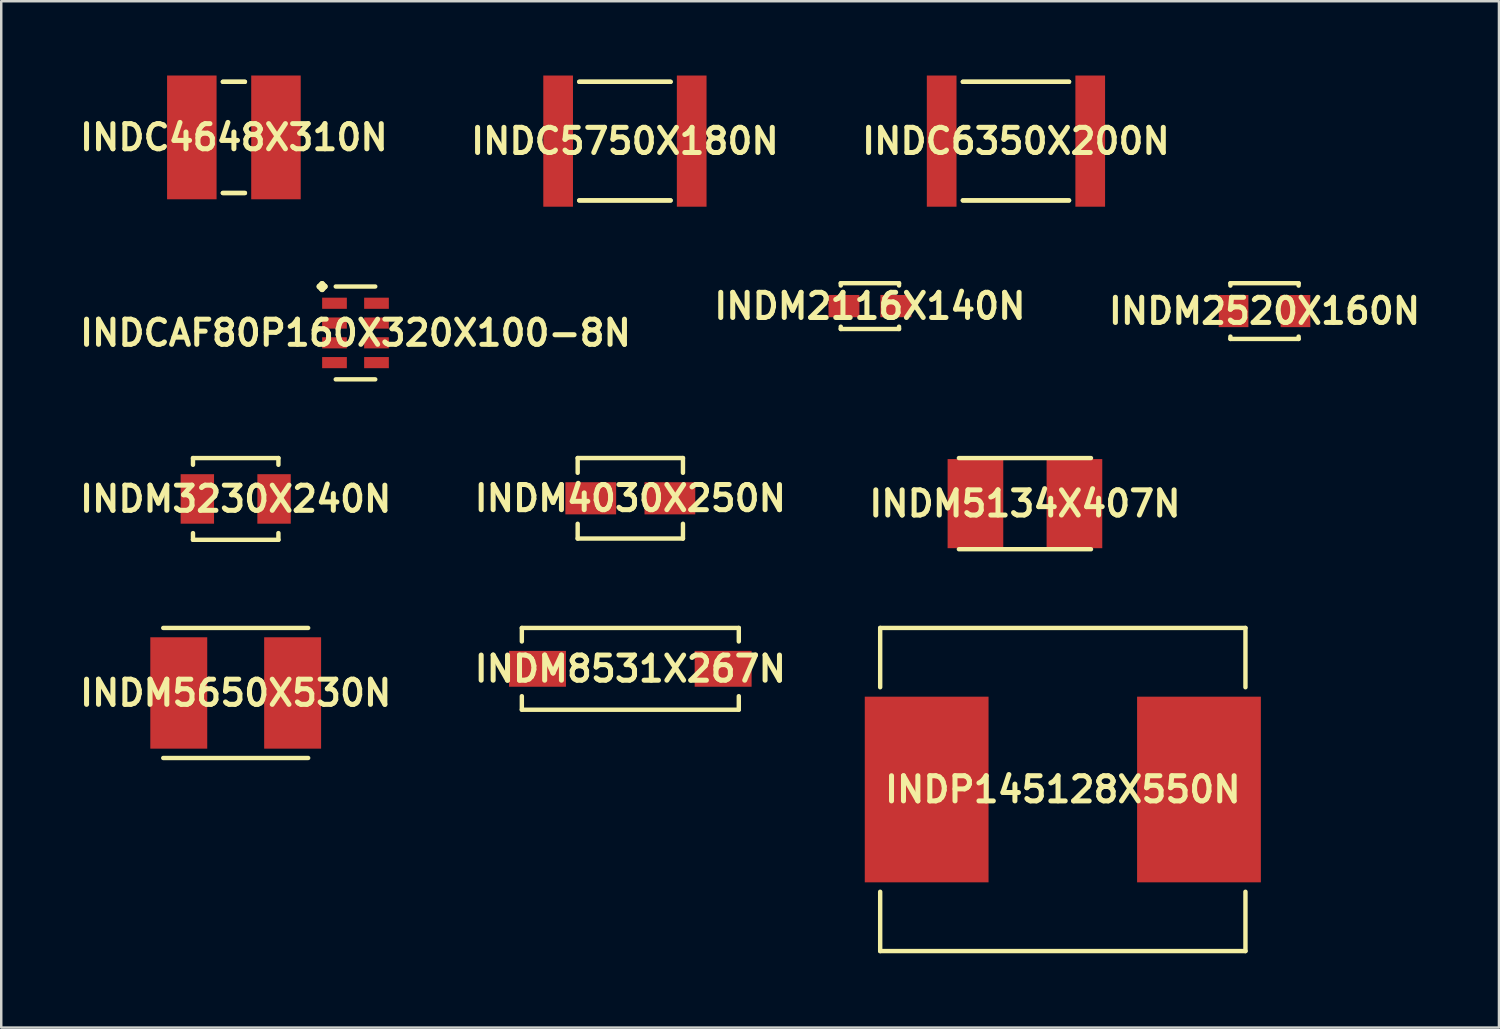
<source format=kicad_pcb>
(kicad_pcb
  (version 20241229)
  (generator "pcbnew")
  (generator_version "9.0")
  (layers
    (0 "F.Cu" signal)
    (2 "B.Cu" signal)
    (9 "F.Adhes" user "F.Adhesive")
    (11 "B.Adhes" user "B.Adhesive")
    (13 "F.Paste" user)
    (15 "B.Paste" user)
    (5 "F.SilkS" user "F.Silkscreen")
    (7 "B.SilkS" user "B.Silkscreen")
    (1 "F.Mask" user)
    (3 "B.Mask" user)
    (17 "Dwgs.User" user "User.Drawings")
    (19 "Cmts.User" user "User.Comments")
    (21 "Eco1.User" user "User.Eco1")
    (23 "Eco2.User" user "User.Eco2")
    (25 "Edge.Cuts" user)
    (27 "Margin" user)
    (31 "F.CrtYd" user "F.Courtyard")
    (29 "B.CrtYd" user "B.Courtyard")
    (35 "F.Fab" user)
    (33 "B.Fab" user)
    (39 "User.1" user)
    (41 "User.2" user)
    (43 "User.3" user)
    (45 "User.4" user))
  (footprint "INDM4030X250N"
    (layer "F.Cu")
    (at 22.406 17.074)
    (property "Reference" "INDM4030X250N" (at 0 0 0) (layer "F.SilkS") (effects (font (size 1.016 1.016) (thickness 0.203))))
    (attr smd)
    (fp_line (start -2.126 -1.626) (end 2.126 -1.626) (stroke (width 0.178) (type solid)) (layer "F.SilkS"))
    (fp_line (start -2.126 -1.029) (end -2.126 -1.626) (stroke (width 0.178) (type solid)) (layer "F.SilkS"))
    (fp_line (start -2.126 1.029) (end -2.126 1.626) (stroke (width 0.178) (type solid)) (layer "F.SilkS"))
    (fp_line (start -2.126 1.626) (end 2.126 1.626) (stroke (width 0.178) (type solid)) (layer "F.SilkS"))
    (fp_line (start 2.126 -1.626) (end 2.126 -1.029) (stroke (width 0.178) (type solid)) (layer "F.SilkS"))
    (fp_line (start 2.126 1.626) (end 2.126 1.029) (stroke (width 0.178) (type solid)) (layer "F.SilkS"))
    (pad "1" smd rect (at -1.598 0) (size 2.05 1.298) (layers "F.Cu" "F.Mask" "F.Paste"))
    (pad "2" smd rect (at 1.598 0) (size 2.05 1.298) (layers "F.Cu" "F.Mask" "F.Paste")))
  (footprint "INDC6350X200N"
    (layer "F.Cu")
    (at 37.98 2.649)
    (property "Reference" "INDC6350X200N" (at 0 0 0) (layer "F.SilkS") (effects (font (size 1.016 1.016) (thickness 0.203))))
    (attr smd)
    (fp_line (start -2.144 -2.395) (end 2.144 -2.395) (stroke (width 0.178) (type solid)) (layer "F.SilkS"))
    (fp_line (start -2.144 2.395) (end 2.144 2.395) (stroke (width 0.178) (type solid)) (layer "F.SilkS"))
    (fp_line (start 2.144 -2.395) (end -2.144 -2.395) (stroke (width 0.178) (type solid)) (layer "F.SilkS"))
    (fp_line (start 2.144 2.395) (end -2.144 2.395) (stroke (width 0.178) (type solid)) (layer "F.SilkS"))
    (pad "1" smd rect (at -3 0) (size 1.199 5.298) (layers "F.Cu" "F.Mask" "F.Paste"))
    (pad "2" smd rect (at 3 0) (size 1.199 5.298) (layers "F.Cu" "F.Mask" "F.Paste")))
  (footprint "INDC5750X180N"
    (layer "F.Cu")
    (at 22.188 2.649)
    (property "Reference" "INDC5750X180N" (at 0 0 0) (layer "F.SilkS") (effects (font (size 1.016 1.016) (thickness 0.203))))
    (attr smd)
    (fp_line (start -1.844 -2.395) (end 1.844 -2.395) (stroke (width 0.178) (type solid)) (layer "F.SilkS"))
    (fp_line (start -1.844 2.395) (end 1.844 2.395) (stroke (width 0.178) (type solid)) (layer "F.SilkS"))
    (fp_line (start 1.844 -2.395) (end -1.844 -2.395) (stroke (width 0.178) (type solid)) (layer "F.SilkS"))
    (fp_line (start 1.844 2.395) (end -1.844 2.395) (stroke (width 0.178) (type solid)) (layer "F.SilkS"))
    (pad "1" smd rect (at -2.697 0) (size 1.199 5.298) (layers "F.Cu" "F.Mask" "F.Paste"))
    (pad "2" smd rect (at 2.697 0) (size 1.199 5.298) (layers "F.Cu" "F.Mask" "F.Paste")))
  (footprint "INDM2520X160N"
    (layer "F.Cu")
    (at 48.019 9.513)
    (property "Reference" "INDM2520X160N" (at 0 0 0) (layer "F.SilkS") (effects (font (size 1.016 1.016) (thickness 0.203))))
    (attr smd)
    (fp_line (start -1.377 -1.125) (end 1.377 -1.125) (stroke (width 0.178) (type solid)) (layer "F.SilkS"))
    (fp_line (start -1.377 -1.029) (end -1.377 -1.125) (stroke (width 0.178) (type solid)) (layer "F.SilkS"))
    (fp_line (start -1.377 1.029) (end -1.377 1.125) (stroke (width 0.178) (type solid)) (layer "F.SilkS"))
    (fp_line (start -1.377 1.125) (end 1.377 1.125) (stroke (width 0.178) (type solid)) (layer "F.SilkS"))
    (fp_line (start 1.377 -1.125) (end 1.377 -1.029) (stroke (width 0.178) (type solid)) (layer "F.SilkS"))
    (fp_line (start 1.377 1.125) (end 1.377 1.029) (stroke (width 0.178) (type solid)) (layer "F.SilkS"))
    (pad "1" smd rect (at -1.25 0) (size 1.199 1.298) (layers "F.Cu" "F.Mask" "F.Paste"))
    (pad "2" smd rect (at 1.25 0) (size 1.199 1.298) (layers "F.Cu" "F.Mask" "F.Paste")))
  (footprint "INDP145128X550N"
    (layer "F.Cu")
    (at 39.873 28.835)
    (property "Reference" "INDP145128X550N" (at 0 0 0) (layer "F.SilkS") (effects (font (size 1.016 1.016) (thickness 0.203))))
    (attr smd)
    (fp_line (start -7.376 -6.525) (end 7.376 -6.525) (stroke (width 0.178) (type solid)) (layer "F.SilkS"))
    (fp_line (start -7.376 -4.13) (end -7.376 -6.525) (stroke (width 0.178) (type solid)) (layer "F.SilkS"))
    (fp_line (start -7.376 4.13) (end -7.376 6.525) (stroke (width 0.178) (type solid)) (layer "F.SilkS"))
    (fp_line (start -7.376 6.525) (end 7.376 6.525) (stroke (width 0.178) (type solid)) (layer "F.SilkS"))
    (fp_line (start 7.376 -6.525) (end 7.376 -4.13) (stroke (width 0.178) (type solid)) (layer "F.SilkS"))
    (fp_line (start 7.376 6.525) (end 7.376 4.13) (stroke (width 0.178) (type solid)) (layer "F.SilkS"))
    (pad "1" smd rect (at -5.499 0) (size 4.999 7.498) (layers "F.Cu" "F.Mask" "F.Paste"))
    (pad "2" smd rect (at 5.499 0) (size 4.999 7.498) (layers "F.Cu" "F.Mask" "F.Paste")))
  (footprint "INDM3230X240N"
    (layer "F.Cu")
    (at 6.469 17.1)
    (property "Reference" "INDM3230X240N" (at 0 0 0) (layer "F.SilkS") (effects (font (size 1.016 1.016) (thickness 0.203))))
    (attr smd)
    (fp_line (start -1.725 -1.651) (end 1.725 -1.651) (stroke (width 0.178) (type solid)) (layer "F.SilkS"))
    (fp_line (start -1.725 -1.379) (end -1.725 -1.651) (stroke (width 0.178) (type solid)) (layer "F.SilkS"))
    (fp_line (start -1.725 1.379) (end -1.725 1.651) (stroke (width 0.178) (type solid)) (layer "F.SilkS"))
    (fp_line (start -1.725 1.651) (end 1.725 1.651) (stroke (width 0.178) (type solid)) (layer "F.SilkS"))
    (fp_line (start 1.725 -1.651) (end 1.725 -1.379) (stroke (width 0.178) (type solid)) (layer "F.SilkS"))
    (fp_line (start 1.725 1.651) (end 1.725 1.379) (stroke (width 0.178) (type solid)) (layer "F.SilkS"))
    (pad "1" smd rect (at -1.549 0) (size 1.349 1.999) (layers "F.Cu" "F.Mask" "F.Paste"))
    (pad "2" smd rect (at 1.549 0) (size 1.349 1.999) (layers "F.Cu" "F.Mask" "F.Paste")))
  (footprint "INDM2116X140N"
    (layer "F.Cu")
    (at 32.082 9.312)
    (property "Reference" "INDM2116X140N" (at 0 0 0) (layer "F.SilkS") (effects (font (size 1.016 1.016) (thickness 0.203))))
    (attr smd)
    (fp_line (start -1.176 -0.925) (end 1.176 -0.925) (stroke (width 0.178) (type solid)) (layer "F.SilkS"))
    (fp_line (start -1.176 -0.831) (end -1.176 -0.925) (stroke (width 0.178) (type solid)) (layer "F.SilkS"))
    (fp_line (start -1.176 0.831) (end -1.176 0.925) (stroke (width 0.178) (type solid)) (layer "F.SilkS"))
    (fp_line (start -1.176 0.925) (end 1.176 0.925) (stroke (width 0.178) (type solid)) (layer "F.SilkS"))
    (fp_line (start 1.176 -0.925) (end 1.176 -0.831) (stroke (width 0.178) (type solid)) (layer "F.SilkS"))
    (fp_line (start 1.176 0.925) (end 1.176 0.831) (stroke (width 0.178) (type solid)) (layer "F.SilkS"))
    (pad "1" smd rect (at -1.049 0) (size 1.25 0.899) (layers "F.Cu" "F.Mask" "F.Paste"))
    (pad "2" smd rect (at 1.049 0) (size 1.25 0.899) (layers "F.Cu" "F.Mask" "F.Paste")))
  (footprint "INDM5134X407N"
    (layer "F.Cu")
    (at 38.343 17.29)
    (property "Reference" "INDM5134X407N" (at 0 0 0) (layer "F.SilkS") (effects (font (size 1.016 1.016) (thickness 0.203))))
    (attr smd)
    (fp_line (start -2.667 -1.841) (end 2.667 -1.841) (stroke (width 0.178) (type solid)) (layer "F.SilkS"))
    (fp_line (start -2.667 1.841) (end 2.667 1.841) (stroke (width 0.178) (type solid)) (layer "F.SilkS"))
    (pad "1" smd rect (at -1.999 0) (size 2.248 3.599) (layers "F.Cu" "F.Mask" "F.Paste"))
    (pad "2" smd rect (at 1.999 0) (size 2.248 3.599) (layers "F.Cu" "F.Mask" "F.Paste")))
  (footprint "INDC4648X310N"
    (layer "F.Cu")
    (at 6.396 2.499)
    (property "Reference" "INDC4648X310N" (at 0 0 0) (layer "F.SilkS") (effects (font (size 1.016 1.016) (thickness 0.203))))
    (attr smd)
    (fp_line (start -0.445 -2.245) (end 0.445 -2.245) (stroke (width 0.178) (type solid)) (layer "F.SilkS"))
    (fp_line (start -0.445 2.245) (end 0.445 2.245) (stroke (width 0.178) (type solid)) (layer "F.SilkS"))
    (fp_line (start 0.445 -2.245) (end -0.445 -2.245) (stroke (width 0.178) (type solid)) (layer "F.SilkS"))
    (fp_line (start 0.445 2.245) (end -0.445 2.245) (stroke (width 0.178) (type solid)) (layer "F.SilkS"))
    (pad "1" smd rect (at -1.699 0) (size 1.999 4.999) (layers "F.Cu" "F.Mask" "F.Paste"))
    (pad "2" smd rect (at 1.699 0) (size 1.999 4.999) (layers "F.Cu" "F.Mask" "F.Paste")))
  (footprint "INDM5650X530N"
    (layer "F.Cu")
    (at 6.469 24.936)
    (property "Reference" "INDM5650X530N" (at 0 0 0) (layer "F.SilkS") (effects (font (size 1.016 1.016) (thickness 0.203))))
    (attr smd)
    (fp_line (start -2.926 -2.626) (end 2.926 -2.626) (stroke (width 0.178) (type solid)) (layer "F.SilkS"))
    (fp_line (start -2.926 2.626) (end 2.926 2.626) (stroke (width 0.178) (type solid)) (layer "F.SilkS"))
    (pad "1" smd rect (at -2.299 0) (size 2.299 4.498) (layers "F.Cu" "F.Mask" "F.Paste"))
    (pad "2" smd rect (at 2.299 0) (size 2.299 4.498) (layers "F.Cu" "F.Mask" "F.Paste")))
  (footprint "INDM8531X267N"
    (layer "F.Cu")
    (at 22.406 23.961)
    (property "Reference" "INDM8531X267N" (at 0 0 0) (layer "F.SilkS") (effects (font (size 1.016 1.016) (thickness 0.203))))
    (attr smd)
    (fp_line (start -4.381 -1.651) (end 4.381 -1.651) (stroke (width 0.178) (type solid)) (layer "F.SilkS"))
    (fp_line (start -4.381 -1.105) (end -4.381 -1.651) (stroke (width 0.178) (type solid)) (layer "F.SilkS"))
    (fp_line (start -4.381 1.105) (end -4.381 1.651) (stroke (width 0.178) (type solid)) (layer "F.SilkS"))
    (fp_line (start -4.381 1.651) (end 4.381 1.651) (stroke (width 0.178) (type solid)) (layer "F.SilkS"))
    (fp_line (start 4.381 -1.651) (end 4.381 -1.105) (stroke (width 0.178) (type solid)) (layer "F.SilkS"))
    (fp_line (start 4.381 1.651) (end 4.381 1.105) (stroke (width 0.178) (type solid)) (layer "F.SilkS"))
    (pad "1" smd rect (at -3.749 0) (size 2.299 1.448) (layers "F.Cu" "F.Mask" "F.Paste"))
    (pad "2" smd rect (at 3.749 0) (size 2.299 1.448) (layers "F.Cu" "F.Mask" "F.Paste")))
  (footprint "INDCAF80P160X320X100-8N"
    (layer "F.Cu")
    (at 11.307 10.396)
    (property "Reference" "INDCAF80P160X320X100-8N" (at 0 0 0) (layer "F.SilkS") (effects (font (size 1.016 1.016) (thickness 0.203))))
    (attr smd)
    (fp_line (start -1.46 -1.875) (end -1.349 -1.986) (stroke (width 0.224) (type solid)) (layer "F.SilkS"))
    (fp_line (start -1.349 -1.986) (end -1.237 -1.875) (stroke (width 0.224) (type solid)) (layer "F.SilkS"))
    (fp_line (start -1.349 -1.76) (end -1.46 -1.875) (stroke (width 0.224) (type solid)) (layer "F.SilkS"))
    (fp_line (start -1.237 -1.875) (end -1.349 -1.76) (stroke (width 0.224) (type solid)) (layer "F.SilkS"))
    (fp_line (start -0.798 -1.875) (end 0.798 -1.875) (stroke (width 0.178) (type solid)) (layer "F.SilkS"))
    (fp_line (start -0.798 1.875) (end 0.798 1.875) (stroke (width 0.178) (type solid)) (layer "F.SilkS"))
    (pad "1" smd rect (at -0.848 -1.199) (size 0.998 0.45) (layers "F.Cu" "F.Mask" "F.Paste"))
    (pad "2" smd rect (at -0.848 -0.399) (size 0.998 0.45) (layers "F.Cu" "F.Mask" "F.Paste"))
    (pad "3" smd rect (at -0.848 0.399) (size 0.998 0.45) (layers "F.Cu" "F.Mask" "F.Paste"))
    (pad "4" smd rect (at -0.848 1.199) (size 0.998 0.45) (layers "F.Cu" "F.Mask" "F.Paste"))
    (pad "5" smd rect (at 0.848 1.199) (size 0.998 0.45) (layers "F.Cu" "F.Mask" "F.Paste"))
    (pad "6" smd rect (at 0.848 0.399) (size 0.998 0.45) (layers "F.Cu" "F.Mask" "F.Paste"))
    (pad "7" smd rect (at 0.848 -0.399) (size 0.998 0.45) (layers "F.Cu" "F.Mask" "F.Paste"))
    (pad "8" smd rect (at 0.848 -1.199) (size 0.998 0.45) (layers "F.Cu" "F.Mask" "F.Paste")))
  (gr_rect
    (start -3 -3)
    (end 57.487 38.449)
    (stroke (width 0.1) (type default))
    (fill no)
    (layer "Edge.Cuts")))
</source>
